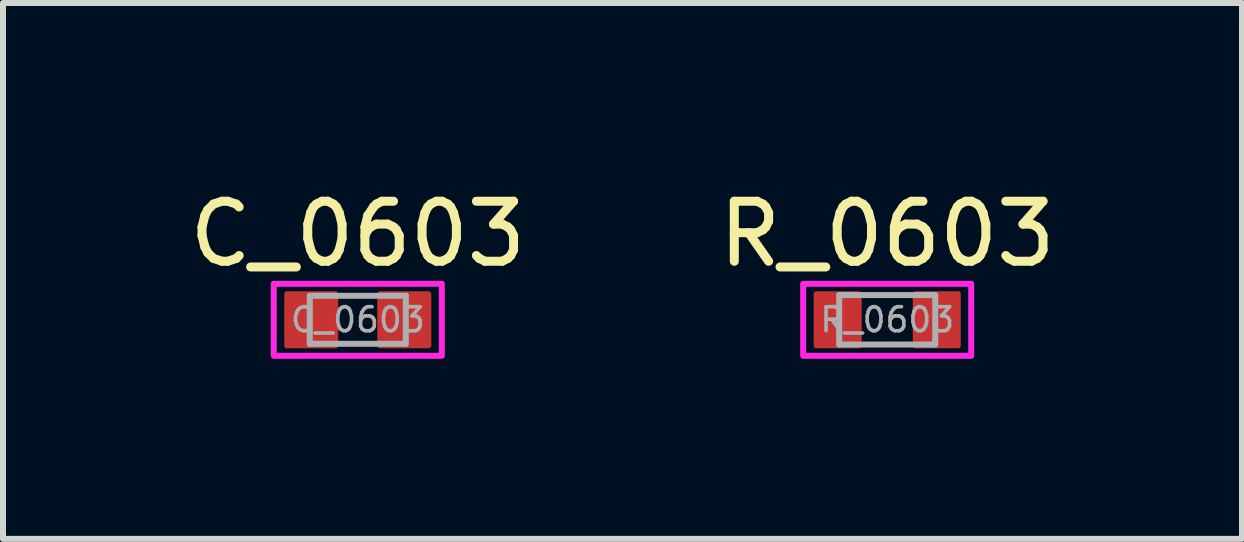
<source format=kicad_pcb>
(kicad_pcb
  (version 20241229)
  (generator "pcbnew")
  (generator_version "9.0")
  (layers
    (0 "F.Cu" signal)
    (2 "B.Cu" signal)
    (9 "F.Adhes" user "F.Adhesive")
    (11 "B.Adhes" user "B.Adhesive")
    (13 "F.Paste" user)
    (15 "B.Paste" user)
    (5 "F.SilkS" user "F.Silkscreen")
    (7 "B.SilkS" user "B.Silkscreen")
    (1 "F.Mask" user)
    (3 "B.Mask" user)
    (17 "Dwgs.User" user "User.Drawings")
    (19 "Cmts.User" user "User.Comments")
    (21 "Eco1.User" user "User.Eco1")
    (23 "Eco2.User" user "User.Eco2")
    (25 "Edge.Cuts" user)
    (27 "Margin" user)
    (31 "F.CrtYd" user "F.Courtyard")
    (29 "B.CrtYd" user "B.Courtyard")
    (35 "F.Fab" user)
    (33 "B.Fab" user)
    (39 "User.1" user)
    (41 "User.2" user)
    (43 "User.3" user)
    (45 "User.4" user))
  (footprint "C_0603"
    (layer "F.Cu")
    (at 2.911 2.278)
    (property "Reference" "C_0603" (at 0 -1.43 0) (layer "F.SilkS") (effects (font (size 1 1) (thickness 0.15))))
    (attr smd)
    (fp_poly (pts (xy 1.4 0.6) (xy -1.4 0.6) (xy -1.4 -0.6) (xy 1.4 -0.6)) (stroke (width 0.1) (type solid)) (fill no) (layer "F.CrtYd"))
    (fp_line (start -0.8 -0.4) (end 0.8 -0.4) (stroke (width 0.1) (type solid)) (layer "F.Fab"))
    (fp_line (start -0.8 0.4) (end -0.8 -0.4) (stroke (width 0.1) (type solid)) (layer "F.Fab"))
    (fp_line (start 0.8 -0.4) (end 0.8 0.4) (stroke (width 0.1) (type solid)) (layer "F.Fab"))
    (fp_line (start 0.8 0.4) (end -0.8 0.4) (stroke (width 0.1) (type solid)) (layer "F.Fab"))
    (fp_text user "${REFERENCE}" (at 0 0 0) (layer "F.Fab") (effects (font (size 0.4 0.4) (thickness 0.06))))
    (pad "1" smd roundrect (at -0.775 0) (size 0.9 0.95) (layers "F.Cu" "F.Mask" "F.Paste") (roundrect_rratio 0.05))
    (pad "2" smd roundrect (at 0.775 0) (size 0.9 0.95) (layers "F.Cu" "F.Mask" "F.Paste") (roundrect_rratio 0.05)))
  (footprint "R_0603"
    (layer "F.Cu")
    (at 11.732 2.278)
    (property "Reference" "R_0603" (at 0 -1.43 0) (layer "F.SilkS") (effects (font (size 1 1) (thickness 0.15))))
    (attr smd)
    (fp_poly (pts (xy 1.4 0.6) (xy -1.4 0.6) (xy -1.4 -0.6) (xy 1.4 -0.6)) (stroke (width 0.1) (type solid)) (fill no) (layer "F.CrtYd"))
    (fp_line (start -0.8 -0.412) (end 0.8 -0.412) (stroke (width 0.1) (type solid)) (layer "F.Fab"))
    (fp_line (start -0.8 0.412) (end -0.8 -0.412) (stroke (width 0.1) (type solid)) (layer "F.Fab"))
    (fp_line (start 0.8 -0.412) (end 0.8 0.412) (stroke (width 0.1) (type solid)) (layer "F.Fab"))
    (fp_line (start 0.8 0.412) (end -0.8 0.412) (stroke (width 0.1) (type solid)) (layer "F.Fab"))
    (fp_text user "${REFERENCE}" (at 0 0 0) (layer "F.Fab") (effects (font (size 0.4 0.4) (thickness 0.06))))
    (pad "1" smd roundrect (at -0.825 0) (size 0.8 0.95) (layers "F.Cu" "F.Mask" "F.Paste") (roundrect_rratio 0.05))
    (pad "2" smd roundrect (at 0.825 0) (size 0.8 0.95) (layers "F.Cu" "F.Mask" "F.Paste") (roundrect_rratio 0.05)))
  (gr_rect
    (start -3 -3)
    (end 17.643 5.928)
    (stroke (width 0.1) (type default))
    (fill no)
    (layer "Edge.Cuts")))
</source>
